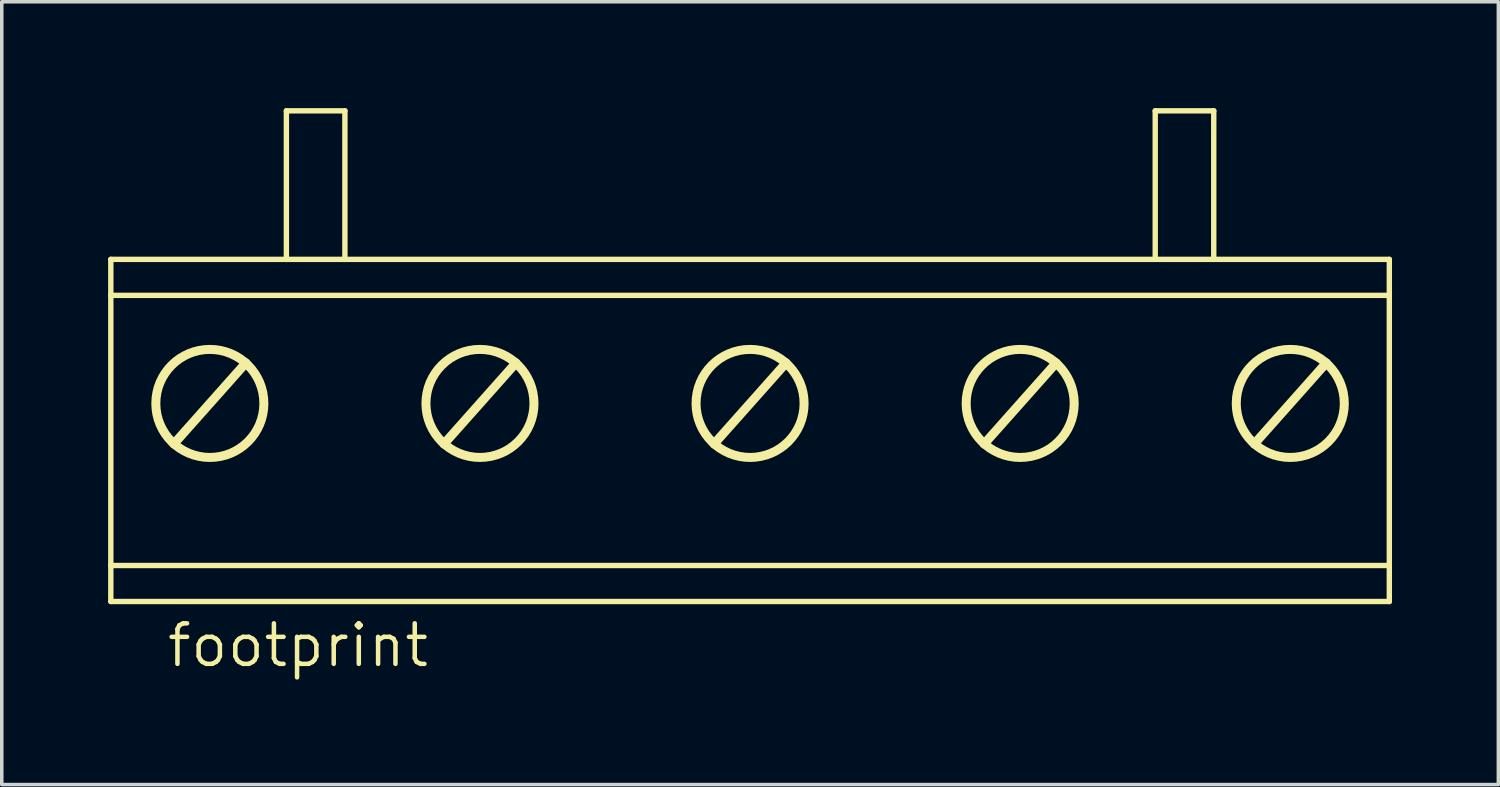
<source format=kicad_pcb>
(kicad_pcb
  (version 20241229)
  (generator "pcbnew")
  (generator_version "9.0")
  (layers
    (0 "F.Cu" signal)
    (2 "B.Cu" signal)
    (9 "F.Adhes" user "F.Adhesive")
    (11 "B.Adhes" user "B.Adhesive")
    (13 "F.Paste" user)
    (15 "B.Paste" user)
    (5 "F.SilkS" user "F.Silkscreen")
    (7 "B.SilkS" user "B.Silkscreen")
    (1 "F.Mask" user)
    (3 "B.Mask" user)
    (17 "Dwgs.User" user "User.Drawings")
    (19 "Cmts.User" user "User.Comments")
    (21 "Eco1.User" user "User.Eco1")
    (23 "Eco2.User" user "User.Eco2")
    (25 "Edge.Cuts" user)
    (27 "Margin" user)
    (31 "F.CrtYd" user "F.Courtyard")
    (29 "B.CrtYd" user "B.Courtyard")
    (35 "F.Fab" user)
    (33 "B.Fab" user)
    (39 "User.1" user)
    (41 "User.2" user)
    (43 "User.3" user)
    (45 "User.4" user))
  (footprint "footprint"
    (layer "F.Cu")
    (at 18.11 6.934)
    (property "Reference" "footprint" (at -16.51 8.89 0) (layer "F.SilkS") (effects (font (size 1.143 1.143) (thickness 0.127)) (justify left bottom)))
    (fp_line (start -18.034 -2.667) (end -18.034 -1.651) (stroke (width 0.152) (type solid)) (layer "F.SilkS"))
    (fp_line (start -18.034 -2.667) (end -13.081 -2.667) (stroke (width 0.152) (type solid)) (layer "F.SilkS"))
    (fp_line (start -18.034 -1.651) (end -18.034 5.969) (stroke (width 0.152) (type solid)) (layer "F.SilkS"))
    (fp_line (start -18.034 -1.651) (end 18.034 -1.651) (stroke (width 0.152) (type solid)) (layer "F.SilkS"))
    (fp_line (start -18.034 5.969) (end -18.034 6.985) (stroke (width 0.152) (type solid)) (layer "F.SilkS"))
    (fp_line (start -18.034 5.969) (end 18.034 5.969) (stroke (width 0.152) (type solid)) (layer "F.SilkS"))
    (fp_line (start -18.034 6.985) (end 18.034 6.985) (stroke (width 0.152) (type solid)) (layer "F.SilkS"))
    (fp_line (start -16.256 2.54) (end -14.224 0.254) (stroke (width 0.254) (type solid)) (layer "F.SilkS"))
    (fp_line (start -13.081 -6.858) (end -13.081 -2.667) (stroke (width 0.152) (type solid)) (layer "F.SilkS"))
    (fp_line (start -13.081 -2.667) (end -11.43 -2.667) (stroke (width 0.152) (type solid)) (layer "F.SilkS"))
    (fp_line (start -11.43 -6.858) (end -13.081 -6.858) (stroke (width 0.152) (type solid)) (layer "F.SilkS"))
    (fp_line (start -11.43 -2.667) (end -11.43 -6.858) (stroke (width 0.152) (type solid)) (layer "F.SilkS"))
    (fp_line (start -11.43 -2.667) (end 11.43 -2.667) (stroke (width 0.152) (type solid)) (layer "F.SilkS"))
    (fp_line (start -8.636 2.54) (end -6.604 0.254) (stroke (width 0.254) (type solid)) (layer "F.SilkS"))
    (fp_line (start -1.016 2.54) (end 1.016 0.254) (stroke (width 0.254) (type solid)) (layer "F.SilkS"))
    (fp_line (start 6.604 2.54) (end 8.636 0.254) (stroke (width 0.254) (type solid)) (layer "F.SilkS"))
    (fp_line (start 11.43 -2.667) (end 11.43 -6.858) (stroke (width 0.152) (type solid)) (layer "F.SilkS"))
    (fp_line (start 11.43 -2.667) (end 13.081 -2.667) (stroke (width 0.152) (type solid)) (layer "F.SilkS"))
    (fp_line (start 13.081 -6.858) (end 11.43 -6.858) (stroke (width 0.152) (type solid)) (layer "F.SilkS"))
    (fp_line (start 13.081 -6.858) (end 13.081 -2.667) (stroke (width 0.152) (type solid)) (layer "F.SilkS"))
    (fp_line (start 13.081 -2.667) (end 18.034 -2.667) (stroke (width 0.152) (type solid)) (layer "F.SilkS"))
    (fp_line (start 14.224 2.54) (end 16.256 0.254) (stroke (width 0.254) (type solid)) (layer "F.SilkS"))
    (fp_line (start 18.034 -2.667) (end 18.034 -1.651) (stroke (width 0.152) (type solid)) (layer "F.SilkS"))
    (fp_line (start 18.034 -1.651) (end 18.034 5.969) (stroke (width 0.152) (type solid)) (layer "F.SilkS"))
    (fp_line (start 18.034 5.969) (end 18.034 6.985) (stroke (width 0.152) (type solid)) (layer "F.SilkS"))
    (fp_circle (center -15.24 1.397) (end -13.716 1.397) (stroke (width 0.254) (type solid)) (fill no) (layer "F.SilkS"))
    (fp_circle (center -7.62 1.397) (end -6.096 1.397) (stroke (width 0.254) (type solid)) (fill no) (layer "F.SilkS"))
    (fp_circle (center 0 1.397) (end 1.524 1.397) (stroke (width 0.254) (type solid)) (fill no) (layer "F.SilkS"))
    (fp_circle (center 7.62 1.397) (end 9.144 1.397) (stroke (width 0.254) (type solid)) (fill no) (layer "F.SilkS"))
    (fp_circle (center 15.24 1.397) (end 16.764 1.397) (stroke (width 0.254) (type solid)) (fill no) (layer "F.SilkS")))
  (gr_rect
    (start -3 -3)
    (end 39.22 19.083)
    (stroke (width 0.1) (type default))
    (fill no)
    (layer "Edge.Cuts")))
</source>
